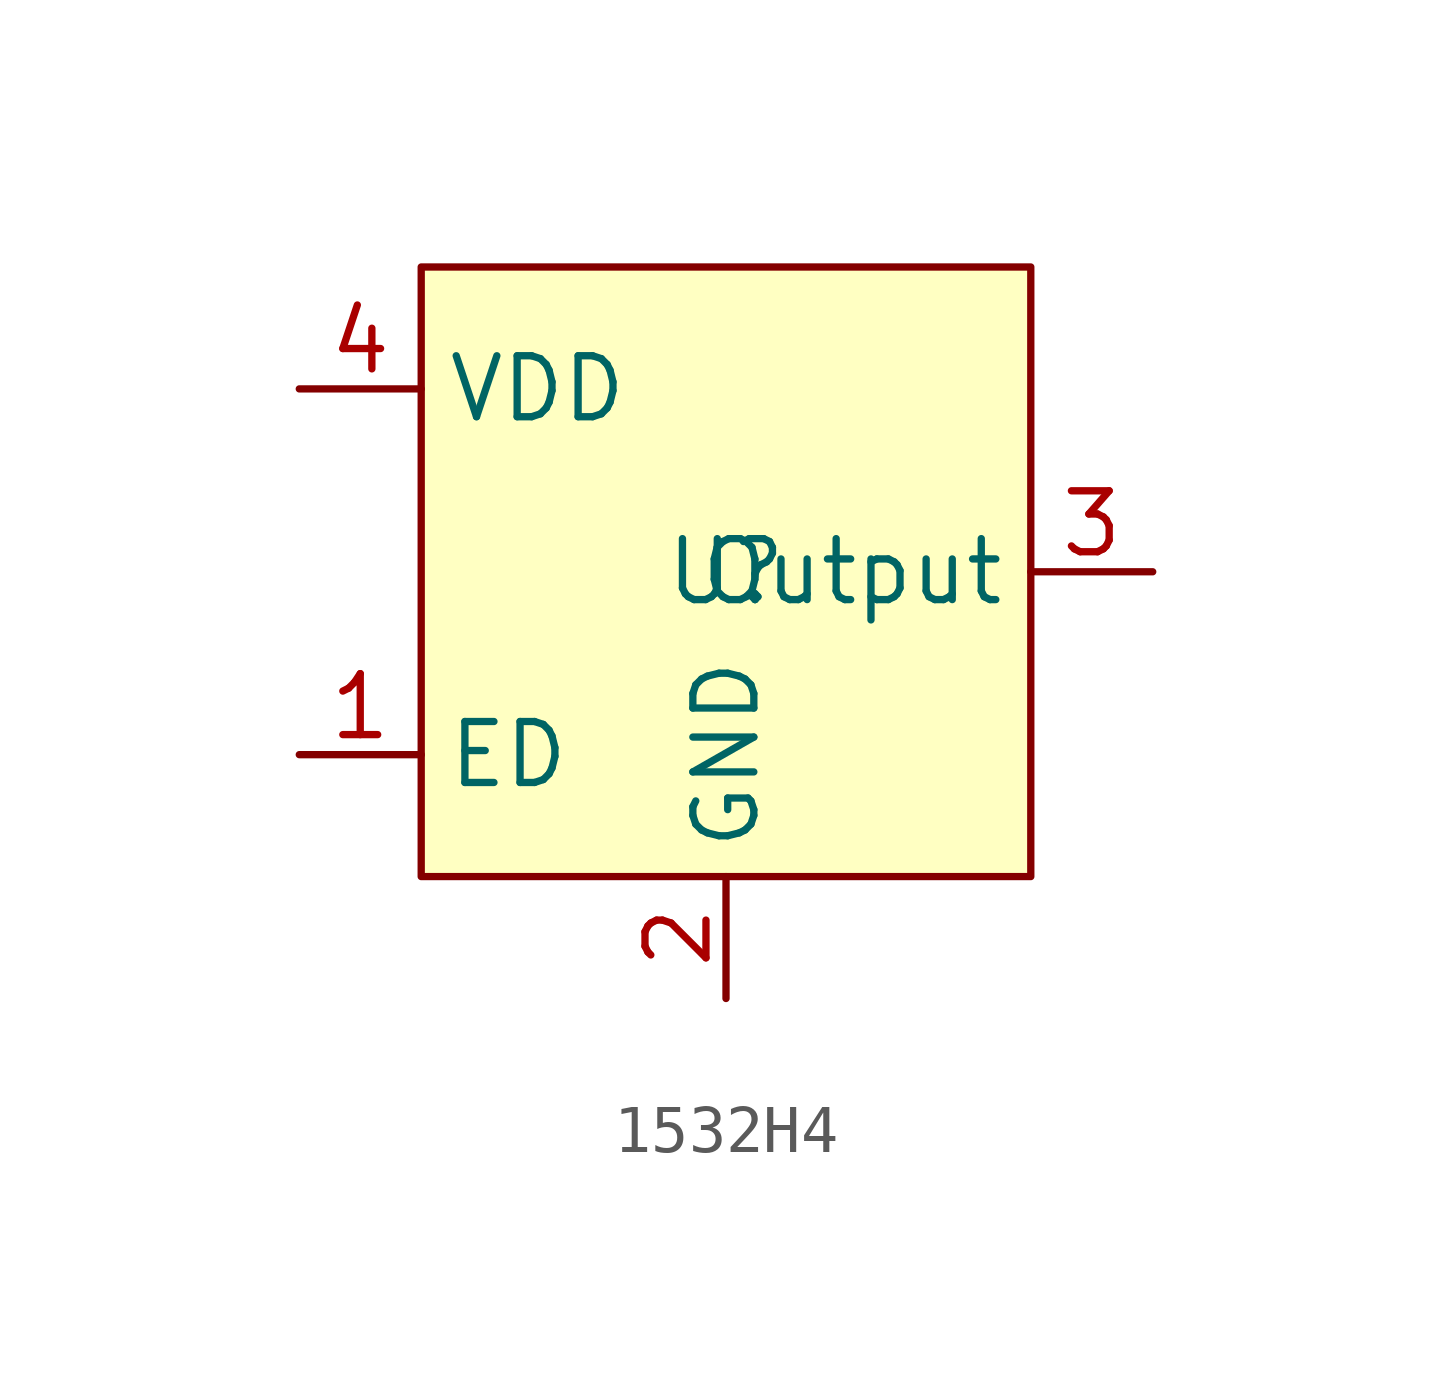
<source format=kicad_sym>
(kicad_symbol_lib
  (version 20241209)
  (generator "kicad_symbol_editor")
  (generator_version "9.0")
  (symbol "1532H4"
    (property "Reference" "U"
      (at 0 0 0)
      (effects (font (size 1.27 1.27))))
    (property "Value" ""
      (at 0 0 0)
      (effects (font (size 1.27 1.27))))
    (symbol "1532H4_1_1"
      (rectangle (start -6.35 6.35) (end 6.35 -6.35) (stroke (width 0) (type solid)) (fill (type background)))
      (pin power_in line (at -8.89 3.81 0) (length 2.54) (name "VDD" (effects (font (size 1.27 1.27)))) (number "4" (effects (font (size 1.27 1.27)))))
      (pin bidirectional line (at -8.89 -3.81 0) (length 2.54) (name "ED" (effects (font (size 1.27 1.27)))) (number "1" (effects (font (size 1.27 1.27)))))
      (pin power_in line (at 0 -8.89 90) (length 2.54) (name "GND" (effects (font (size 1.27 1.27)))) (number "2" (effects (font (size 1.27 1.27)))))
      (pin power_in line (at 8.89 0 180) (length 2.54) (name "Output" (effects (font (size 1.27 1.27)))) (number "3" (effects (font (size 1.27 1.27))))))))
</source>
